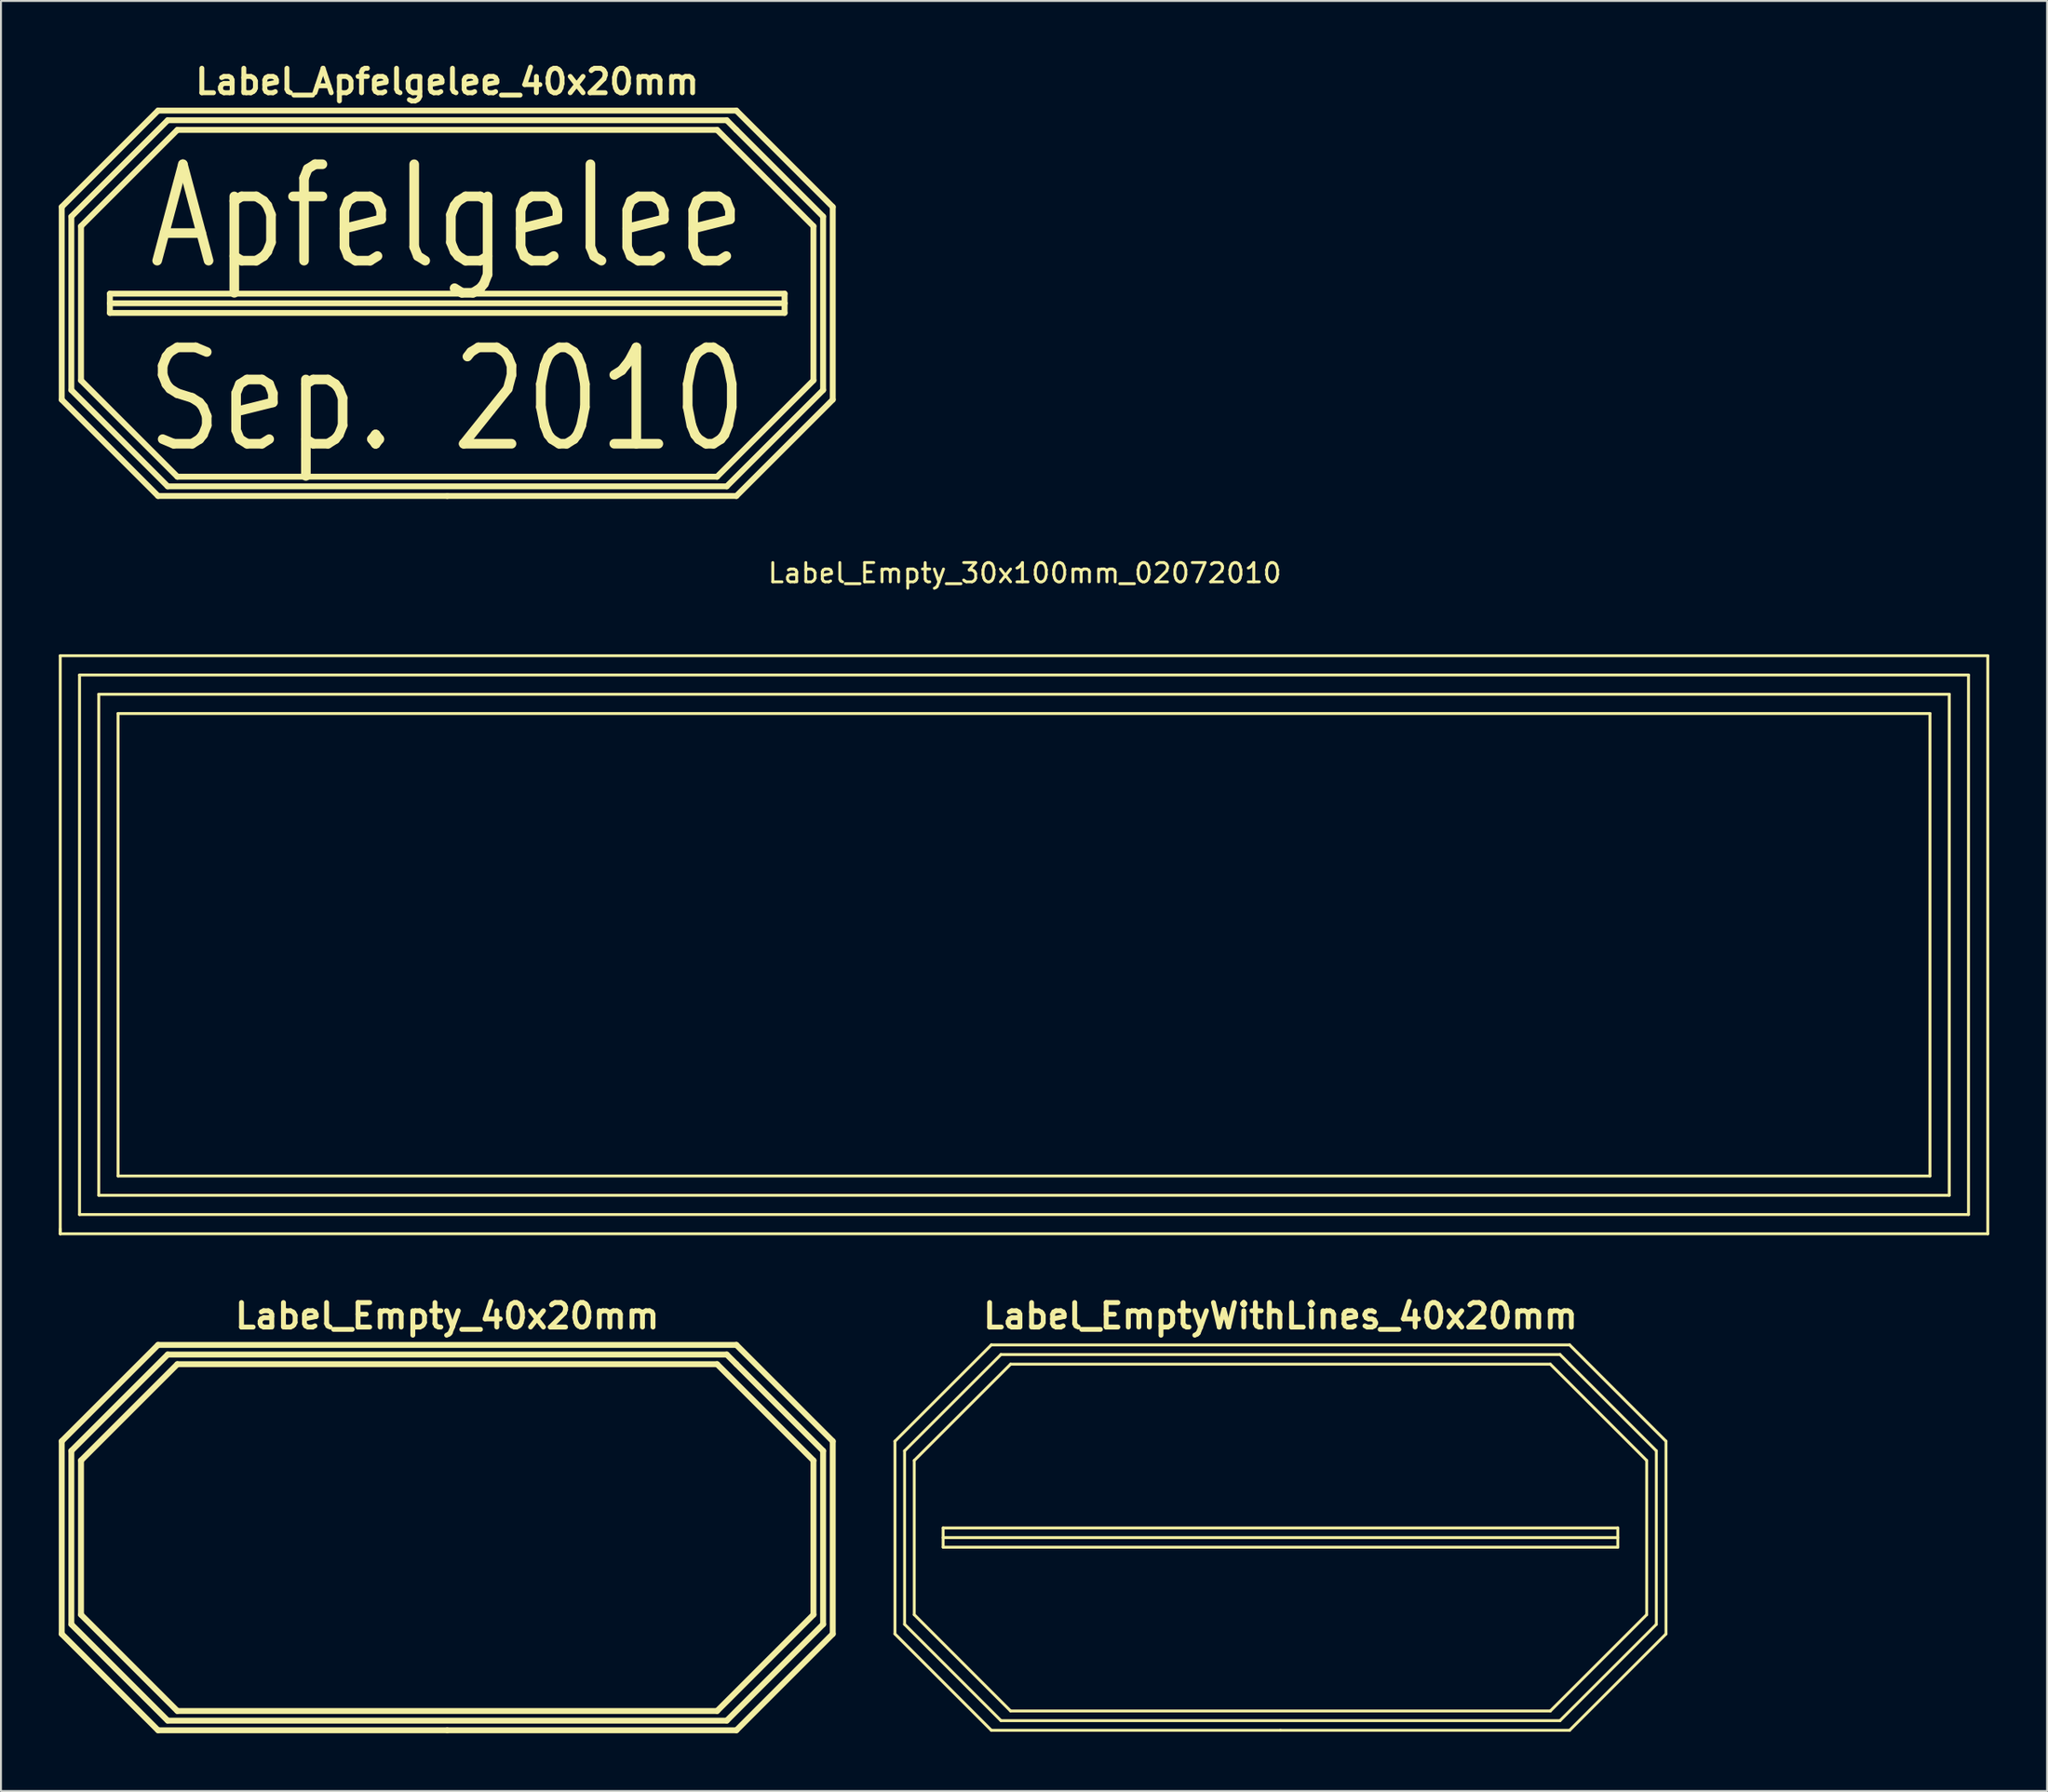
<source format=kicad_pcb>
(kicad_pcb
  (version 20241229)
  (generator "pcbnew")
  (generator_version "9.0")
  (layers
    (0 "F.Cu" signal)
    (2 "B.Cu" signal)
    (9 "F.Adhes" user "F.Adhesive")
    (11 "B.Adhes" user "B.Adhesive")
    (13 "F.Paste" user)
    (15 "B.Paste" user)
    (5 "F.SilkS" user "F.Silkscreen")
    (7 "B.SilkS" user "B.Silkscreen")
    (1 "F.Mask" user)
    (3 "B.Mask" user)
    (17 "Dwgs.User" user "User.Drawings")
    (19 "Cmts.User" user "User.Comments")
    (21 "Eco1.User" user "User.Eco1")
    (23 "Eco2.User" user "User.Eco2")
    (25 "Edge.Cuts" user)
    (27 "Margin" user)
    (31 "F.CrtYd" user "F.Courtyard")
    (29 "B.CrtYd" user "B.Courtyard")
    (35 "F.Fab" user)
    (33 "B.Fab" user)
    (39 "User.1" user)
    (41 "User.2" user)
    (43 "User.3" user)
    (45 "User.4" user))
  (footprint "Label_Empty_30x100mm_02072010"
    (layer "F.Cu")
    (at 50.113 45.994)
    (property "Reference" "Label_Empty_30x100mm_02072010" (at 0 -19.304 0) (layer "F.SilkS") (effects (font (size 1 1) (thickness 0.15))))
    (attr through_hole)
    (fp_line (start -50.038 -15.014) (end -50.038 14.986) (stroke (width 0.15) (type solid)) (layer "F.SilkS"))
    (fp_line (start -50.038 14.986) (end -50.038 14.737) (stroke (width 0.15) (type solid)) (layer "F.SilkS"))
    (fp_line (start -50.038 14.986) (end 49.962 14.986) (stroke (width 0.15) (type solid)) (layer "F.SilkS"))
    (fp_line (start -49.037 -14.013) (end -49.037 13.985) (stroke (width 0.15) (type solid)) (layer "F.SilkS"))
    (fp_line (start -49.037 13.985) (end 48.961 13.985) (stroke (width 0.15) (type solid)) (layer "F.SilkS"))
    (fp_line (start -48.039 -13.015) (end -48.039 12.987) (stroke (width 0.15) (type solid)) (layer "F.SilkS"))
    (fp_line (start -48.039 12.987) (end 47.963 12.987) (stroke (width 0.15) (type solid)) (layer "F.SilkS"))
    (fp_line (start -47.038 -12.014) (end -47.038 11.986) (stroke (width 0.15) (type solid)) (layer "F.SilkS"))
    (fp_line (start -47.038 11.986) (end 46.962 11.986) (stroke (width 0.15) (type solid)) (layer "F.SilkS"))
    (fp_line (start 46.962 -12.014) (end -47.038 -12.014) (stroke (width 0.15) (type solid)) (layer "F.SilkS"))
    (fp_line (start 46.962 11.986) (end 46.962 -12.014) (stroke (width 0.15) (type solid)) (layer "F.SilkS"))
    (fp_line (start 47.963 -13.015) (end -48.039 -13.015) (stroke (width 0.15) (type solid)) (layer "F.SilkS"))
    (fp_line (start 47.963 12.987) (end 47.963 -13.015) (stroke (width 0.15) (type solid)) (layer "F.SilkS"))
    (fp_line (start 48.961 -14.013) (end -49.037 -14.013) (stroke (width 0.15) (type solid)) (layer "F.SilkS"))
    (fp_line (start 48.961 13.985) (end 48.961 -14.013) (stroke (width 0.15) (type solid)) (layer "F.SilkS"))
    (fp_line (start 49.962 -15.014) (end -50.038 -15.014) (stroke (width 0.15) (type solid)) (layer "F.SilkS"))
    (fp_line (start 49.962 14.986) (end 49.962 -15.014) (stroke (width 0.15) (type solid)) (layer "F.SilkS"))
    (fp_text user "" (at -0.038 7.986 0) (layer "F.SilkS") (effects (font (size 1 1) (thickness 0.15)))))
  (footprint "Label_Empty_40x20mm"
    (layer "F.Cu")
    (at 20.152 76.745)
    (property "Reference" "Label_Empty_40x20mm" (at 0 -11.501 0) (layer "F.SilkS") (effects (font (size 1.27 1.27) (thickness 0.254))))
    (attr through_hole)
    (fp_line (start -20 -5.001) (end -20 5.001) (stroke (width 0.305) (type solid)) (layer "F.SilkS"))
    (fp_line (start -20 5.001) (end -15.001 10) (stroke (width 0.305) (type solid)) (layer "F.SilkS"))
    (fp_line (start -19.5 -4.501) (end -14.501 -9.5) (stroke (width 0.305) (type solid)) (layer "F.SilkS"))
    (fp_line (start -19.5 4.501) (end -19.5 -4.501) (stroke (width 0.305) (type solid)) (layer "F.SilkS"))
    (fp_line (start -18.999 -4) (end -14 -8.999) (stroke (width 0.305) (type solid)) (layer "F.SilkS"))
    (fp_line (start -18.999 4) (end -18.999 -4) (stroke (width 0.305) (type solid)) (layer "F.SilkS"))
    (fp_line (start -15.001 -10) (end -20 -5.001) (stroke (width 0.305) (type solid)) (layer "F.SilkS"))
    (fp_line (start -15.001 -10) (end 15.001 -10) (stroke (width 0.305) (type solid)) (layer "F.SilkS"))
    (fp_line (start -15.001 10) (end 0 10) (stroke (width 0.305) (type solid)) (layer "F.SilkS"))
    (fp_line (start -14.501 -9.5) (end 14.501 -9.5) (stroke (width 0.305) (type solid)) (layer "F.SilkS"))
    (fp_line (start -14.501 9.5) (end -19.5 4.501) (stroke (width 0.305) (type solid)) (layer "F.SilkS"))
    (fp_line (start -14 -8.999) (end 14 -8.999) (stroke (width 0.305) (type solid)) (layer "F.SilkS"))
    (fp_line (start -14 8.999) (end -18.999 4) (stroke (width 0.305) (type solid)) (layer "F.SilkS"))
    (fp_line (start 0 10) (end 15.001 10) (stroke (width 0.305) (type solid)) (layer "F.SilkS"))
    (fp_line (start 14 -8.999) (end 18.999 -4) (stroke (width 0.305) (type solid)) (layer "F.SilkS"))
    (fp_line (start 14 8.999) (end -14 8.999) (stroke (width 0.305) (type solid)) (layer "F.SilkS"))
    (fp_line (start 14.501 -9.5) (end 15.001 -8.999) (stroke (width 0.305) (type solid)) (layer "F.SilkS"))
    (fp_line (start 14.501 9.5) (end -14.501 9.5) (stroke (width 0.305) (type solid)) (layer "F.SilkS"))
    (fp_line (start 15.001 -10) (end 20 -5.001) (stroke (width 0.305) (type solid)) (layer "F.SilkS"))
    (fp_line (start 15.001 -8.999) (end 19.5 -4.501) (stroke (width 0.305) (type solid)) (layer "F.SilkS"))
    (fp_line (start 18.999 -4) (end 18.999 4) (stroke (width 0.305) (type solid)) (layer "F.SilkS"))
    (fp_line (start 18.999 4) (end 14 8.999) (stroke (width 0.305) (type solid)) (layer "F.SilkS"))
    (fp_line (start 19.5 -4.501) (end 19.5 4.501) (stroke (width 0.305) (type solid)) (layer "F.SilkS"))
    (fp_line (start 19.5 4.501) (end 14.501 9.5) (stroke (width 0.305) (type solid)) (layer "F.SilkS"))
    (fp_line (start 20 -5.001) (end 20 5.001) (stroke (width 0.305) (type solid)) (layer "F.SilkS"))
    (fp_line (start 20 5.001) (end 15.001 10) (stroke (width 0.305) (type solid)) (layer "F.SilkS")))
  (footprint "Label_Apfelgelee_40x20mm"
    (layer "F.Cu")
    (at 20.152 12.69)
    (property "Reference" "Label_Apfelgelee_40x20mm" (at 0 -11.501 0) (layer "F.SilkS") (effects (font (size 1.27 1.27) (thickness 0.254))))
    (attr through_hole)
    (fp_line (start -20 -5.001) (end -20 5.001) (stroke (width 0.305) (type solid)) (layer "F.SilkS"))
    (fp_line (start -20 5.001) (end -15.001 10) (stroke (width 0.305) (type solid)) (layer "F.SilkS"))
    (fp_line (start -19.5 -4.501) (end -14.501 -9.5) (stroke (width 0.305) (type solid)) (layer "F.SilkS"))
    (fp_line (start -19.5 4.501) (end -19.5 -4.501) (stroke (width 0.305) (type solid)) (layer "F.SilkS"))
    (fp_line (start -18.999 -4) (end -14 -8.999) (stroke (width 0.305) (type solid)) (layer "F.SilkS"))
    (fp_line (start -18.999 4) (end -18.999 -4) (stroke (width 0.305) (type solid)) (layer "F.SilkS"))
    (fp_line (start -17.501 -0.5) (end -17.501 0.5) (stroke (width 0.305) (type solid)) (layer "F.SilkS"))
    (fp_line (start -17.501 0) (end 17.501 0) (stroke (width 0.305) (type solid)) (layer "F.SilkS"))
    (fp_line (start -17.501 0.5) (end 17.501 0.5) (stroke (width 0.305) (type solid)) (layer "F.SilkS"))
    (fp_line (start -15.001 -10) (end -20 -5.001) (stroke (width 0.305) (type solid)) (layer "F.SilkS"))
    (fp_line (start -15.001 -10) (end 15.001 -10) (stroke (width 0.305) (type solid)) (layer "F.SilkS"))
    (fp_line (start -15.001 10) (end 0 10) (stroke (width 0.305) (type solid)) (layer "F.SilkS"))
    (fp_line (start -14.501 -9.5) (end 14.501 -9.5) (stroke (width 0.305) (type solid)) (layer "F.SilkS"))
    (fp_line (start -14.501 9.5) (end -19.5 4.501) (stroke (width 0.305) (type solid)) (layer "F.SilkS"))
    (fp_line (start -14 -8.999) (end 14 -8.999) (stroke (width 0.305) (type solid)) (layer "F.SilkS"))
    (fp_line (start -14 8.999) (end -18.999 4) (stroke (width 0.305) (type solid)) (layer "F.SilkS"))
    (fp_line (start 0 10) (end 15.001 10) (stroke (width 0.305) (type solid)) (layer "F.SilkS"))
    (fp_line (start 14 -8.999) (end 18.999 -4) (stroke (width 0.305) (type solid)) (layer "F.SilkS"))
    (fp_line (start 14 8.999) (end -14 8.999) (stroke (width 0.305) (type solid)) (layer "F.SilkS"))
    (fp_line (start 14.501 -9.5) (end 15.001 -8.999) (stroke (width 0.305) (type solid)) (layer "F.SilkS"))
    (fp_line (start 14.501 9.5) (end -14.501 9.5) (stroke (width 0.305) (type solid)) (layer "F.SilkS"))
    (fp_line (start 15.001 -10) (end 20 -5.001) (stroke (width 0.305) (type solid)) (layer "F.SilkS"))
    (fp_line (start 15.001 -8.999) (end 19.5 -4.501) (stroke (width 0.305) (type solid)) (layer "F.SilkS"))
    (fp_line (start 17.501 -0.5) (end -17.501 -0.5) (stroke (width 0.305) (type solid)) (layer "F.SilkS"))
    (fp_line (start 17.501 0) (end 17.501 -0.5) (stroke (width 0.305) (type solid)) (layer "F.SilkS"))
    (fp_line (start 17.501 0.5) (end 17.501 0) (stroke (width 0.305) (type solid)) (layer "F.SilkS"))
    (fp_line (start 18.999 -4) (end 18.999 4) (stroke (width 0.305) (type solid)) (layer "F.SilkS"))
    (fp_line (start 18.999 4) (end 14 8.999) (stroke (width 0.305) (type solid)) (layer "F.SilkS"))
    (fp_line (start 19.5 -4.501) (end 19.5 4.501) (stroke (width 0.305) (type solid)) (layer "F.SilkS"))
    (fp_line (start 19.5 4.501) (end 14.501 9.5) (stroke (width 0.305) (type solid)) (layer "F.SilkS"))
    (fp_line (start 20 -5.001) (end 20 5.001) (stroke (width 0.305) (type solid)) (layer "F.SilkS"))
    (fp_line (start 20 5.001) (end 15.001 10) (stroke (width 0.305) (type solid)) (layer "F.SilkS"))
    (fp_text user "Sep. 2010" (at 0 5.001 0) (layer "F.SilkS") (effects (font (size 5.001 4) (thickness 0.5))))
    (fp_text user "Apfelgelee" (at 0 -4.501 0) (layer "F.SilkS") (effects (font (size 5.001 4) (thickness 0.5)))))
  (footprint "Label_EmptyWithLines_40x20mm"
    (layer "F.Cu")
    (at 63.38 76.745)
    (property "Reference" "Label_EmptyWithLines_40x20mm" (at 0 -11.501 0) (layer "F.SilkS") (effects (font (size 1.27 1.27) (thickness 0.254))))
    (attr through_hole)
    (fp_line (start -20 -5.001) (end -20 5.001) (stroke (width 0.15) (type solid)) (layer "F.SilkS"))
    (fp_line (start -20 5.001) (end -15.001 10) (stroke (width 0.15) (type solid)) (layer "F.SilkS"))
    (fp_line (start -19.5 -4.501) (end -14.501 -9.5) (stroke (width 0.15) (type solid)) (layer "F.SilkS"))
    (fp_line (start -19.5 4.501) (end -19.5 -4.501) (stroke (width 0.15) (type solid)) (layer "F.SilkS"))
    (fp_line (start -18.999 -4) (end -14 -8.999) (stroke (width 0.15) (type solid)) (layer "F.SilkS"))
    (fp_line (start -18.999 4) (end -18.999 -4) (stroke (width 0.15) (type solid)) (layer "F.SilkS"))
    (fp_line (start -17.501 -0.5) (end -17.501 0.5) (stroke (width 0.15) (type solid)) (layer "F.SilkS"))
    (fp_line (start -17.501 0) (end 17.501 0) (stroke (width 0.15) (type solid)) (layer "F.SilkS"))
    (fp_line (start -17.501 0.5) (end 17.501 0.5) (stroke (width 0.15) (type solid)) (layer "F.SilkS"))
    (fp_line (start -15.001 -10) (end -20 -5.001) (stroke (width 0.15) (type solid)) (layer "F.SilkS"))
    (fp_line (start -15.001 -10) (end 15.001 -10) (stroke (width 0.15) (type solid)) (layer "F.SilkS"))
    (fp_line (start -15.001 10) (end 0 10) (stroke (width 0.15) (type solid)) (layer "F.SilkS"))
    (fp_line (start -14.501 -9.5) (end 14.501 -9.5) (stroke (width 0.15) (type solid)) (layer "F.SilkS"))
    (fp_line (start -14.501 9.5) (end -19.5 4.501) (stroke (width 0.15) (type solid)) (layer "F.SilkS"))
    (fp_line (start -14 -8.999) (end 14 -8.999) (stroke (width 0.15) (type solid)) (layer "F.SilkS"))
    (fp_line (start -14 8.999) (end -18.999 4) (stroke (width 0.15) (type solid)) (layer "F.SilkS"))
    (fp_line (start 0 10) (end 15.001 10) (stroke (width 0.15) (type solid)) (layer "F.SilkS"))
    (fp_line (start 14 -8.999) (end 18.999 -4) (stroke (width 0.15) (type solid)) (layer "F.SilkS"))
    (fp_line (start 14 8.999) (end -14 8.999) (stroke (width 0.15) (type solid)) (layer "F.SilkS"))
    (fp_line (start 14.501 -9.5) (end 15.001 -8.999) (stroke (width 0.15) (type solid)) (layer "F.SilkS"))
    (fp_line (start 14.501 9.5) (end -14.501 9.5) (stroke (width 0.15) (type solid)) (layer "F.SilkS"))
    (fp_line (start 15.001 -10) (end 20 -5.001) (stroke (width 0.15) (type solid)) (layer "F.SilkS"))
    (fp_line (start 15.001 -8.999) (end 19.5 -4.501) (stroke (width 0.15) (type solid)) (layer "F.SilkS"))
    (fp_line (start 17.501 -0.5) (end -17.501 -0.5) (stroke (width 0.15) (type solid)) (layer "F.SilkS"))
    (fp_line (start 17.501 0) (end 17.501 -0.5) (stroke (width 0.15) (type solid)) (layer "F.SilkS"))
    (fp_line (start 17.501 0.5) (end 17.501 0) (stroke (width 0.15) (type solid)) (layer "F.SilkS"))
    (fp_line (start 18.999 -4) (end 18.999 4) (stroke (width 0.15) (type solid)) (layer "F.SilkS"))
    (fp_line (start 18.999 4) (end 14 8.999) (stroke (width 0.15) (type solid)) (layer "F.SilkS"))
    (fp_line (start 19.5 -4.501) (end 19.5 4.501) (stroke (width 0.15) (type solid)) (layer "F.SilkS"))
    (fp_line (start 19.5 4.501) (end 14.501 9.5) (stroke (width 0.15) (type solid)) (layer "F.SilkS"))
    (fp_line (start 20 -5.001) (end 20 5.001) (stroke (width 0.15) (type solid)) (layer "F.SilkS"))
    (fp_line (start 20 5.001) (end 15.001 10) (stroke (width 0.15) (type solid)) (layer "F.SilkS")))
  (gr_rect
    (start -3 -3)
    (end 103.15 89.898)
    (stroke (width 0.1) (type default))
    (fill no)
    (layer "Edge.Cuts")))
</source>
